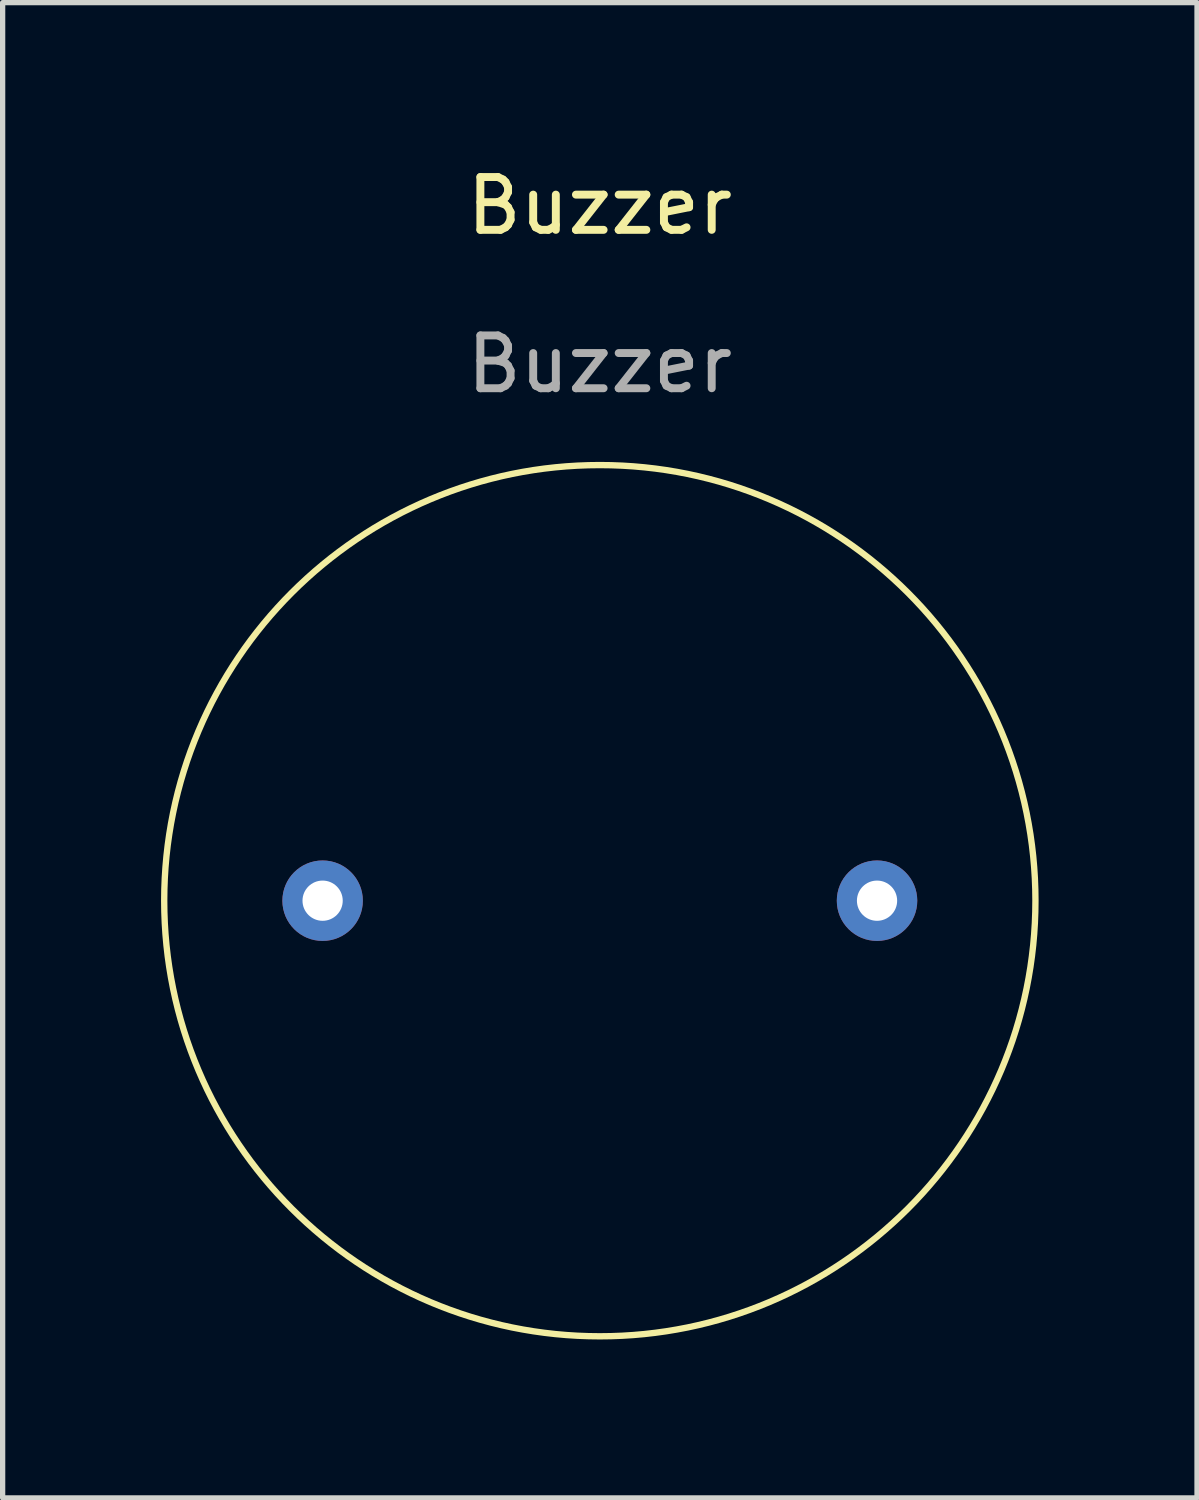
<source format=kicad_pcb>
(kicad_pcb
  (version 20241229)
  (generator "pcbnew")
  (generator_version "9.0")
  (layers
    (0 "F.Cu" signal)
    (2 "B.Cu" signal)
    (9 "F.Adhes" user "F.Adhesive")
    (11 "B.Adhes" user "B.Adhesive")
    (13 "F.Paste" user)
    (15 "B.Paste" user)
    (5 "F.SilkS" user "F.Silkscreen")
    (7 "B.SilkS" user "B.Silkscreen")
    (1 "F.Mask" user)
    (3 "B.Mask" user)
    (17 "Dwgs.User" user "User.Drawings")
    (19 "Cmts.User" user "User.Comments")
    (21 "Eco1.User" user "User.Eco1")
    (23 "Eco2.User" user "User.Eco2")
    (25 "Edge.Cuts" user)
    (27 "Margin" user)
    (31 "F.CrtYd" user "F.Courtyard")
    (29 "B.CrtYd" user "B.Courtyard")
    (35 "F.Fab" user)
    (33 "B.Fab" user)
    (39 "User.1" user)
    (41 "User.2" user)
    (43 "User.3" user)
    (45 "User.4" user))
  (footprint "Buzzer"
    (layer "F.Cu")
    (at 8.31 14.008)
    (property "Reference" "Buzzer" (at 0 -13.16 0) (unlocked yes) (layer "F.SilkS") (effects (font (size 1 1) (thickness 0.15))))
    (attr through_hole)
    (fp_circle (center 0 0) (end 8.25 0) (stroke (width 0.12) (type solid)) (fill no) (layer "F.SilkS"))
    (fp_text user "${REFERENCE}" (at 0 -10.16 0) (unlocked yes) (layer "F.Fab") (effects (font (size 1 1) (thickness 0.15))))
    (pad "1" thru_hole circle (at -5.25 0) (size 1.524 1.524) (drill 0.762) (layers "*.Cu" "*.Mask"))
    (pad "2" thru_hole circle (at 5.25 0) (size 1.524 1.524) (drill 0.762) (layers "*.Cu" "*.Mask")))
  (gr_rect
    (start -3 -3)
    (end 19.62 25.318)
    (stroke (width 0.1) (type default))
    (fill no)
    (layer "Edge.Cuts")))
</source>
